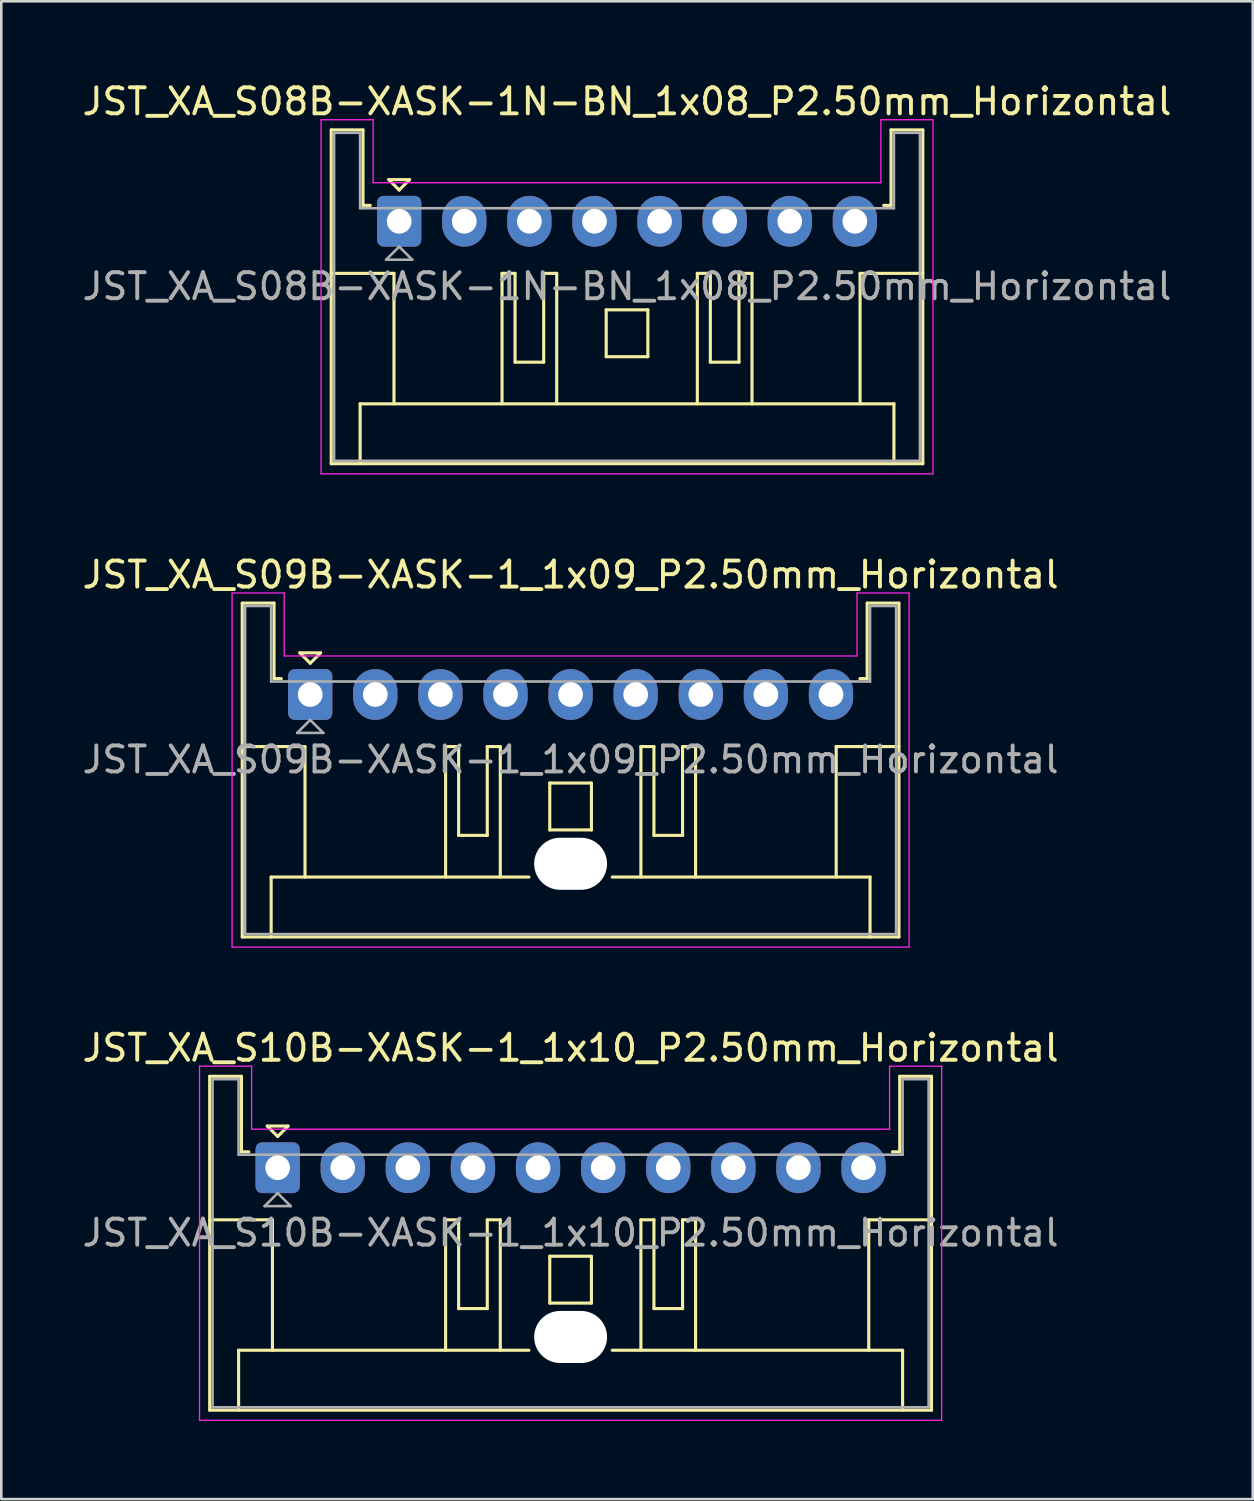
<source format=kicad_pcb>
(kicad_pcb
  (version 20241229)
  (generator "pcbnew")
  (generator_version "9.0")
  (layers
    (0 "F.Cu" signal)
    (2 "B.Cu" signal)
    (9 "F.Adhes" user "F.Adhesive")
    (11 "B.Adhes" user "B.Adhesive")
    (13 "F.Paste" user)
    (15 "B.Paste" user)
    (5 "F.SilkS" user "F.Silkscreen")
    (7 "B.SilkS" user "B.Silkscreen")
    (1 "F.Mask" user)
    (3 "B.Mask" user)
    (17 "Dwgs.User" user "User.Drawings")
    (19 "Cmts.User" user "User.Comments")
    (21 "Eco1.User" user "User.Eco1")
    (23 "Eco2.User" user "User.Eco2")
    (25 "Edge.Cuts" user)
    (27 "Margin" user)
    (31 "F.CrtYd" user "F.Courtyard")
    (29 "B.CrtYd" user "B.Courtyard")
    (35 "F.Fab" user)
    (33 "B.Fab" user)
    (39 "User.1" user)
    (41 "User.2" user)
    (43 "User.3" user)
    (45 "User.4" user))
  (footprint "JST_XA_S08B-XASK-1N-BN_1x08_P2.50mm_Horizontal"
    (layer "F.Cu")
    (at 12.28 5.448)
    (property "Reference" "JST_XA_S08B-XASK-1N-BN_1x08_P2.50mm_Horizontal" (at 8.75 -4.6 0) (layer "F.SilkS") (effects (font (size 1 1) (thickness 0.15))))
    (attr through_hole)
    (fp_line (start -2.61 -3.51) (end -2.61 9.31) (stroke (width 0.12) (type solid)) (layer "F.SilkS"))
    (fp_line (start -2.61 9.31) (end 20.11 9.31) (stroke (width 0.12) (type solid)) (layer "F.SilkS"))
    (fp_line (start -1.5 7.01) (end 19 7.01) (stroke (width 0.12) (type solid)) (layer "F.SilkS"))
    (fp_line (start -1.5 9.31) (end -1.5 7.01) (stroke (width 0.12) (type solid)) (layer "F.SilkS"))
    (fp_line (start -1.39 -3.51) (end -2.61 -3.51) (stroke (width 0.12) (type solid)) (layer "F.SilkS"))
    (fp_line (start -1.39 -0.61) (end -1.39 -3.51) (stroke (width 0.12) (type solid)) (layer "F.SilkS"))
    (fp_line (start -1.11 -0.61) (end -1.39 -0.61) (stroke (width 0.12) (type solid)) (layer "F.SilkS"))
    (fp_line (start -0.4 -1.6) (end 0.4 -1.6) (stroke (width 0.12) (type solid)) (layer "F.SilkS"))
    (fp_line (start -0.2 2) (end -2.61 2) (stroke (width 0.12) (type solid)) (layer "F.SilkS"))
    (fp_line (start -0.2 7.01) (end -0.2 2) (stroke (width 0.12) (type solid)) (layer "F.SilkS"))
    (fp_line (start 0 -1.2) (end -0.4 -1.6) (stroke (width 0.12) (type solid)) (layer "F.SilkS"))
    (fp_line (start 0.4 -1.6) (end 0 -1.2) (stroke (width 0.12) (type solid)) (layer "F.SilkS"))
    (fp_line (start 3.95 2) (end 3.95 7.01) (stroke (width 0.12) (type solid)) (layer "F.SilkS"))
    (fp_line (start 4.45 2) (end 3.95 2) (stroke (width 0.12) (type solid)) (layer "F.SilkS"))
    (fp_line (start 4.45 5.41) (end 4.45 2) (stroke (width 0.12) (type solid)) (layer "F.SilkS"))
    (fp_line (start 5.55 2) (end 5.55 5.41) (stroke (width 0.12) (type solid)) (layer "F.SilkS"))
    (fp_line (start 5.55 5.41) (end 4.45 5.41) (stroke (width 0.12) (type solid)) (layer "F.SilkS"))
    (fp_line (start 6.05 2) (end 5.55 2) (stroke (width 0.12) (type solid)) (layer "F.SilkS"))
    (fp_line (start 6.05 7.01) (end 6.05 2) (stroke (width 0.12) (type solid)) (layer "F.SilkS"))
    (fp_line (start 7.95 3.4) (end 9.55 3.4) (stroke (width 0.12) (type solid)) (layer "F.SilkS"))
    (fp_line (start 7.95 5.2) (end 7.95 3.4) (stroke (width 0.12) (type solid)) (layer "F.SilkS"))
    (fp_line (start 9.55 3.4) (end 9.55 5.2) (stroke (width 0.12) (type solid)) (layer "F.SilkS"))
    (fp_line (start 9.55 5.2) (end 7.95 5.2) (stroke (width 0.12) (type solid)) (layer "F.SilkS"))
    (fp_line (start 11.45 2) (end 11.95 2) (stroke (width 0.12) (type solid)) (layer "F.SilkS"))
    (fp_line (start 11.45 7.01) (end 11.45 2) (stroke (width 0.12) (type solid)) (layer "F.SilkS"))
    (fp_line (start 11.95 2) (end 11.95 5.41) (stroke (width 0.12) (type solid)) (layer "F.SilkS"))
    (fp_line (start 11.95 5.41) (end 13.05 5.41) (stroke (width 0.12) (type solid)) (layer "F.SilkS"))
    (fp_line (start 13.05 2) (end 13.55 2) (stroke (width 0.12) (type solid)) (layer "F.SilkS"))
    (fp_line (start 13.05 5.41) (end 13.05 2) (stroke (width 0.12) (type solid)) (layer "F.SilkS"))
    (fp_line (start 13.55 2) (end 13.55 7.01) (stroke (width 0.12) (type solid)) (layer "F.SilkS"))
    (fp_line (start 17.7 2) (end 20.11 2) (stroke (width 0.12) (type solid)) (layer "F.SilkS"))
    (fp_line (start 17.7 7.01) (end 17.7 2) (stroke (width 0.12) (type solid)) (layer "F.SilkS"))
    (fp_line (start 18.89 -3.51) (end 18.89 -0.61) (stroke (width 0.12) (type solid)) (layer "F.SilkS"))
    (fp_line (start 18.89 -0.61) (end 18.61 -0.61) (stroke (width 0.12) (type solid)) (layer "F.SilkS"))
    (fp_line (start 19 7.01) (end 19 9.31) (stroke (width 0.12) (type solid)) (layer "F.SilkS"))
    (fp_line (start 20.11 -3.51) (end 18.89 -3.51) (stroke (width 0.12) (type solid)) (layer "F.SilkS"))
    (fp_line (start 20.11 9.31) (end 20.11 -3.51) (stroke (width 0.12) (type solid)) (layer "F.SilkS"))
    (fp_line (start -3 -3.9) (end -3 9.7) (stroke (width 0.05) (type solid)) (layer "F.CrtYd"))
    (fp_line (start -3 9.7) (end 20.5 9.7) (stroke (width 0.05) (type solid)) (layer "F.CrtYd"))
    (fp_line (start -1 -3.9) (end -3 -3.9) (stroke (width 0.05) (type solid)) (layer "F.CrtYd"))
    (fp_line (start -1 -1.48) (end -1 -3.9) (stroke (width 0.05) (type solid)) (layer "F.CrtYd"))
    (fp_line (start 18.5 -3.9) (end 18.5 -1.48) (stroke (width 0.05) (type solid)) (layer "F.CrtYd"))
    (fp_line (start 18.5 -1.48) (end -1 -1.48) (stroke (width 0.05) (type solid)) (layer "F.CrtYd"))
    (fp_line (start 20.5 -3.9) (end 18.5 -3.9) (stroke (width 0.05) (type solid)) (layer "F.CrtYd"))
    (fp_line (start 20.5 9.7) (end 20.5 -3.9) (stroke (width 0.05) (type solid)) (layer "F.CrtYd"))
    (fp_line (start -2.5 -3.4) (end -2.5 9.2) (stroke (width 0.1) (type solid)) (layer "F.Fab"))
    (fp_line (start -2.5 9.2) (end 20 9.2) (stroke (width 0.1) (type solid)) (layer "F.Fab"))
    (fp_line (start -1.5 -3.4) (end -2.5 -3.4) (stroke (width 0.1) (type solid)) (layer "F.Fab"))
    (fp_line (start -1.5 -0.5) (end -1.5 -3.4) (stroke (width 0.1) (type solid)) (layer "F.Fab"))
    (fp_line (start -0.5 1.475) (end 0.5 1.475) (stroke (width 0.1) (type solid)) (layer "F.Fab"))
    (fp_line (start 0 0.975) (end -0.5 1.475) (stroke (width 0.1) (type solid)) (layer "F.Fab"))
    (fp_line (start 0.5 1.475) (end 0 0.975) (stroke (width 0.1) (type solid)) (layer "F.Fab"))
    (fp_line (start 19 -3.4) (end 19 -0.5) (stroke (width 0.1) (type solid)) (layer "F.Fab"))
    (fp_line (start 19 -0.5) (end -1.5 -0.5) (stroke (width 0.1) (type solid)) (layer "F.Fab"))
    (fp_line (start 20 -3.4) (end 19 -3.4) (stroke (width 0.1) (type solid)) (layer "F.Fab"))
    (fp_line (start 20 9.2) (end 20 -3.4) (stroke (width 0.1) (type solid)) (layer "F.Fab"))
    (fp_text user "${REFERENCE}" (at 8.75 2.5 0) (layer "F.Fab") (effects (font (size 1 1) (thickness 0.15))))
    (pad "1" thru_hole roundrect (at 0 0) (size 1.7 1.95) (drill 0.95) (layers "*.Cu" "*.Mask") (roundrect_rratio 0.147))
    (pad "2" thru_hole oval (at 2.5 0) (size 1.7 1.95) (drill 0.95) (layers "*.Cu" "*.Mask"))
    (pad "3" thru_hole oval (at 5 0) (size 1.7 1.95) (drill 0.95) (layers "*.Cu" "*.Mask"))
    (pad "4" thru_hole oval (at 7.5 0) (size 1.7 1.95) (drill 0.95) (layers "*.Cu" "*.Mask"))
    (pad "5" thru_hole oval (at 10 0) (size 1.7 1.95) (drill 0.95) (layers "*.Cu" "*.Mask"))
    (pad "6" thru_hole oval (at 12.5 0) (size 1.7 1.95) (drill 0.95) (layers "*.Cu" "*.Mask"))
    (pad "7" thru_hole oval (at 15 0) (size 1.7 1.95) (drill 0.95) (layers "*.Cu" "*.Mask"))
    (pad "8" thru_hole oval (at 17.5 0) (size 1.7 1.95) (drill 0.95) (layers "*.Cu" "*.Mask")))
  (footprint "JST_XA_S09B-XASK-1_1x09_P2.50mm_Horizontal"
    (layer "F.Cu")
    (at 8.863 23.622)
    (property "Reference" "JST_XA_S09B-XASK-1_1x09_P2.50mm_Horizontal" (at 10 -4.6 0) (layer "F.SilkS") (effects (font (size 1 1) (thickness 0.15))))
    (attr through_hole)
    (fp_line (start -2.61 -3.51) (end -2.61 9.31) (stroke (width 0.12) (type solid)) (layer "F.SilkS"))
    (fp_line (start -2.61 9.31) (end 22.61 9.31) (stroke (width 0.12) (type solid)) (layer "F.SilkS"))
    (fp_line (start -1.5 7.01) (end 8.4 7.01) (stroke (width 0.12) (type solid)) (layer "F.SilkS"))
    (fp_line (start -1.5 9.31) (end -1.5 7.01) (stroke (width 0.12) (type solid)) (layer "F.SilkS"))
    (fp_line (start -1.39 -3.51) (end -2.61 -3.51) (stroke (width 0.12) (type solid)) (layer "F.SilkS"))
    (fp_line (start -1.39 -0.61) (end -1.39 -3.51) (stroke (width 0.12) (type solid)) (layer "F.SilkS"))
    (fp_line (start -1.11 -0.61) (end -1.39 -0.61) (stroke (width 0.12) (type solid)) (layer "F.SilkS"))
    (fp_line (start -0.4 -1.6) (end 0.4 -1.6) (stroke (width 0.12) (type solid)) (layer "F.SilkS"))
    (fp_line (start -0.2 2) (end -2.61 2) (stroke (width 0.12) (type solid)) (layer "F.SilkS"))
    (fp_line (start -0.2 7.01) (end -0.2 2) (stroke (width 0.12) (type solid)) (layer "F.SilkS"))
    (fp_line (start 0 -1.2) (end -0.4 -1.6) (stroke (width 0.12) (type solid)) (layer "F.SilkS"))
    (fp_line (start 0.4 -1.6) (end 0 -1.2) (stroke (width 0.12) (type solid)) (layer "F.SilkS"))
    (fp_line (start 5.2 2) (end 5.2 7.01) (stroke (width 0.12) (type solid)) (layer "F.SilkS"))
    (fp_line (start 5.7 2) (end 5.2 2) (stroke (width 0.12) (type solid)) (layer "F.SilkS"))
    (fp_line (start 5.7 5.41) (end 5.7 2) (stroke (width 0.12) (type solid)) (layer "F.SilkS"))
    (fp_line (start 6.8 2) (end 6.8 5.41) (stroke (width 0.12) (type solid)) (layer "F.SilkS"))
    (fp_line (start 6.8 5.41) (end 5.7 5.41) (stroke (width 0.12) (type solid)) (layer "F.SilkS"))
    (fp_line (start 7.3 2) (end 6.8 2) (stroke (width 0.12) (type solid)) (layer "F.SilkS"))
    (fp_line (start 7.3 7.01) (end 7.3 2) (stroke (width 0.12) (type solid)) (layer "F.SilkS"))
    (fp_line (start 9.2 3.4) (end 10.8 3.4) (stroke (width 0.12) (type solid)) (layer "F.SilkS"))
    (fp_line (start 9.2 5.2) (end 9.2 3.4) (stroke (width 0.12) (type solid)) (layer "F.SilkS"))
    (fp_line (start 10.8 3.4) (end 10.8 5.2) (stroke (width 0.12) (type solid)) (layer "F.SilkS"))
    (fp_line (start 10.8 5.2) (end 9.2 5.2) (stroke (width 0.12) (type solid)) (layer "F.SilkS"))
    (fp_line (start 11.6 7.01) (end 21.5 7.01) (stroke (width 0.12) (type solid)) (layer "F.SilkS"))
    (fp_line (start 12.7 2) (end 13.2 2) (stroke (width 0.12) (type solid)) (layer "F.SilkS"))
    (fp_line (start 12.7 7.01) (end 12.7 2) (stroke (width 0.12) (type solid)) (layer "F.SilkS"))
    (fp_line (start 13.2 2) (end 13.2 5.41) (stroke (width 0.12) (type solid)) (layer "F.SilkS"))
    (fp_line (start 13.2 5.41) (end 14.3 5.41) (stroke (width 0.12) (type solid)) (layer "F.SilkS"))
    (fp_line (start 14.3 2) (end 14.8 2) (stroke (width 0.12) (type solid)) (layer "F.SilkS"))
    (fp_line (start 14.3 5.41) (end 14.3 2) (stroke (width 0.12) (type solid)) (layer "F.SilkS"))
    (fp_line (start 14.8 2) (end 14.8 7.01) (stroke (width 0.12) (type solid)) (layer "F.SilkS"))
    (fp_line (start 20.2 2) (end 22.61 2) (stroke (width 0.12) (type solid)) (layer "F.SilkS"))
    (fp_line (start 20.2 7.01) (end 20.2 2) (stroke (width 0.12) (type solid)) (layer "F.SilkS"))
    (fp_line (start 21.39 -3.51) (end 21.39 -0.61) (stroke (width 0.12) (type solid)) (layer "F.SilkS"))
    (fp_line (start 21.39 -0.61) (end 21.11 -0.61) (stroke (width 0.12) (type solid)) (layer "F.SilkS"))
    (fp_line (start 21.5 7.01) (end 21.5 9.31) (stroke (width 0.12) (type solid)) (layer "F.SilkS"))
    (fp_line (start 22.61 -3.51) (end 21.39 -3.51) (stroke (width 0.12) (type solid)) (layer "F.SilkS"))
    (fp_line (start 22.61 9.31) (end 22.61 -3.51) (stroke (width 0.12) (type solid)) (layer "F.SilkS"))
    (fp_line (start -3 -3.9) (end -3 9.7) (stroke (width 0.05) (type solid)) (layer "F.CrtYd"))
    (fp_line (start -3 9.7) (end 23 9.7) (stroke (width 0.05) (type solid)) (layer "F.CrtYd"))
    (fp_line (start -1 -3.9) (end -3 -3.9) (stroke (width 0.05) (type solid)) (layer "F.CrtYd"))
    (fp_line (start -1 -1.48) (end -1 -3.9) (stroke (width 0.05) (type solid)) (layer "F.CrtYd"))
    (fp_line (start 21 -3.9) (end 21 -1.48) (stroke (width 0.05) (type solid)) (layer "F.CrtYd"))
    (fp_line (start 21 -1.48) (end -1 -1.48) (stroke (width 0.05) (type solid)) (layer "F.CrtYd"))
    (fp_line (start 23 -3.9) (end 21 -3.9) (stroke (width 0.05) (type solid)) (layer "F.CrtYd"))
    (fp_line (start 23 9.7) (end 23 -3.9) (stroke (width 0.05) (type solid)) (layer "F.CrtYd"))
    (fp_line (start -2.5 -3.4) (end -2.5 9.2) (stroke (width 0.1) (type solid)) (layer "F.Fab"))
    (fp_line (start -2.5 9.2) (end 22.5 9.2) (stroke (width 0.1) (type solid)) (layer "F.Fab"))
    (fp_line (start -1.5 -3.4) (end -2.5 -3.4) (stroke (width 0.1) (type solid)) (layer "F.Fab"))
    (fp_line (start -1.5 -0.5) (end -1.5 -3.4) (stroke (width 0.1) (type solid)) (layer "F.Fab"))
    (fp_line (start -0.5 1.475) (end 0.5 1.475) (stroke (width 0.1) (type solid)) (layer "F.Fab"))
    (fp_line (start 0 0.975) (end -0.5 1.475) (stroke (width 0.1) (type solid)) (layer "F.Fab"))
    (fp_line (start 0.5 1.475) (end 0 0.975) (stroke (width 0.1) (type solid)) (layer "F.Fab"))
    (fp_line (start 21.5 -3.4) (end 21.5 -0.5) (stroke (width 0.1) (type solid)) (layer "F.Fab"))
    (fp_line (start 21.5 -0.5) (end -1.5 -0.5) (stroke (width 0.1) (type solid)) (layer "F.Fab"))
    (fp_line (start 22.5 -3.4) (end 21.5 -3.4) (stroke (width 0.1) (type solid)) (layer "F.Fab"))
    (fp_line (start 22.5 9.2) (end 22.5 -3.4) (stroke (width 0.1) (type solid)) (layer "F.Fab"))
    (fp_text user "${REFERENCE}" (at 10 2.5 0) (layer "F.Fab") (effects (font (size 1 1) (thickness 0.15))))
    (pad "" np_thru_hole oval (at 10 6.5) (size 2.8 2) (drill oval 2.8 2) (layers "*.Cu" "*.Mask"))
    (pad "1" thru_hole roundrect (at 0 0) (size 1.7 1.95) (drill 0.95) (layers "*.Cu" "*.Mask") (roundrect_rratio 0.147))
    (pad "2" thru_hole oval (at 2.5 0) (size 1.7 1.95) (drill 0.95) (layers "*.Cu" "*.Mask"))
    (pad "3" thru_hole oval (at 5 0) (size 1.7 1.95) (drill 0.95) (layers "*.Cu" "*.Mask"))
    (pad "4" thru_hole oval (at 7.5 0) (size 1.7 1.95) (drill 0.95) (layers "*.Cu" "*.Mask"))
    (pad "5" thru_hole oval (at 10 0) (size 1.7 1.95) (drill 0.95) (layers "*.Cu" "*.Mask"))
    (pad "6" thru_hole oval (at 12.5 0) (size 1.7 1.95) (drill 0.95) (layers "*.Cu" "*.Mask"))
    (pad "7" thru_hole oval (at 15 0) (size 1.7 1.95) (drill 0.95) (layers "*.Cu" "*.Mask"))
    (pad "8" thru_hole oval (at 17.5 0) (size 1.7 1.95) (drill 0.95) (layers "*.Cu" "*.Mask"))
    (pad "9" thru_hole oval (at 20 0) (size 1.7 1.95) (drill 0.95) (layers "*.Cu" "*.Mask")))
  (footprint "JST_XA_S10B-XASK-1_1x10_P2.50mm_Horizontal"
    (layer "F.Cu")
    (at 7.613 41.795)
    (property "Reference" "JST_XA_S10B-XASK-1_1x10_P2.50mm_Horizontal" (at 11.25 -4.6 0) (layer "F.SilkS") (effects (font (size 1 1) (thickness 0.15))))
    (attr through_hole)
    (fp_line (start -2.61 -3.51) (end -2.61 9.31) (stroke (width 0.12) (type solid)) (layer "F.SilkS"))
    (fp_line (start -2.61 9.31) (end 25.11 9.31) (stroke (width 0.12) (type solid)) (layer "F.SilkS"))
    (fp_line (start -1.5 7.01) (end 9.65 7.01) (stroke (width 0.12) (type solid)) (layer "F.SilkS"))
    (fp_line (start -1.5 9.31) (end -1.5 7.01) (stroke (width 0.12) (type solid)) (layer "F.SilkS"))
    (fp_line (start -1.39 -3.51) (end -2.61 -3.51) (stroke (width 0.12) (type solid)) (layer "F.SilkS"))
    (fp_line (start -1.39 -0.61) (end -1.39 -3.51) (stroke (width 0.12) (type solid)) (layer "F.SilkS"))
    (fp_line (start -1.11 -0.61) (end -1.39 -0.61) (stroke (width 0.12) (type solid)) (layer "F.SilkS"))
    (fp_line (start -0.4 -1.6) (end 0.4 -1.6) (stroke (width 0.12) (type solid)) (layer "F.SilkS"))
    (fp_line (start -0.2 2) (end -2.61 2) (stroke (width 0.12) (type solid)) (layer "F.SilkS"))
    (fp_line (start -0.2 7.01) (end -0.2 2) (stroke (width 0.12) (type solid)) (layer "F.SilkS"))
    (fp_line (start 0 -1.2) (end -0.4 -1.6) (stroke (width 0.12) (type solid)) (layer "F.SilkS"))
    (fp_line (start 0.4 -1.6) (end 0 -1.2) (stroke (width 0.12) (type solid)) (layer "F.SilkS"))
    (fp_line (start 6.45 2) (end 6.45 7.01) (stroke (width 0.12) (type solid)) (layer "F.SilkS"))
    (fp_line (start 6.95 2) (end 6.45 2) (stroke (width 0.12) (type solid)) (layer "F.SilkS"))
    (fp_line (start 6.95 5.41) (end 6.95 2) (stroke (width 0.12) (type solid)) (layer "F.SilkS"))
    (fp_line (start 8.05 2) (end 8.05 5.41) (stroke (width 0.12) (type solid)) (layer "F.SilkS"))
    (fp_line (start 8.05 5.41) (end 6.95 5.41) (stroke (width 0.12) (type solid)) (layer "F.SilkS"))
    (fp_line (start 8.55 2) (end 8.05 2) (stroke (width 0.12) (type solid)) (layer "F.SilkS"))
    (fp_line (start 8.55 7.01) (end 8.55 2) (stroke (width 0.12) (type solid)) (layer "F.SilkS"))
    (fp_line (start 10.45 3.4) (end 12.05 3.4) (stroke (width 0.12) (type solid)) (layer "F.SilkS"))
    (fp_line (start 10.45 5.2) (end 10.45 3.4) (stroke (width 0.12) (type solid)) (layer "F.SilkS"))
    (fp_line (start 12.05 3.4) (end 12.05 5.2) (stroke (width 0.12) (type solid)) (layer "F.SilkS"))
    (fp_line (start 12.05 5.2) (end 10.45 5.2) (stroke (width 0.12) (type solid)) (layer "F.SilkS"))
    (fp_line (start 12.85 7.01) (end 24 7.01) (stroke (width 0.12) (type solid)) (layer "F.SilkS"))
    (fp_line (start 13.95 2) (end 14.45 2) (stroke (width 0.12) (type solid)) (layer "F.SilkS"))
    (fp_line (start 13.95 7.01) (end 13.95 2) (stroke (width 0.12) (type solid)) (layer "F.SilkS"))
    (fp_line (start 14.45 2) (end 14.45 5.41) (stroke (width 0.12) (type solid)) (layer "F.SilkS"))
    (fp_line (start 14.45 5.41) (end 15.55 5.41) (stroke (width 0.12) (type solid)) (layer "F.SilkS"))
    (fp_line (start 15.55 2) (end 16.05 2) (stroke (width 0.12) (type solid)) (layer "F.SilkS"))
    (fp_line (start 15.55 5.41) (end 15.55 2) (stroke (width 0.12) (type solid)) (layer "F.SilkS"))
    (fp_line (start 16.05 2) (end 16.05 7.01) (stroke (width 0.12) (type solid)) (layer "F.SilkS"))
    (fp_line (start 22.7 2) (end 25.11 2) (stroke (width 0.12) (type solid)) (layer "F.SilkS"))
    (fp_line (start 22.7 7.01) (end 22.7 2) (stroke (width 0.12) (type solid)) (layer "F.SilkS"))
    (fp_line (start 23.89 -3.51) (end 23.89 -0.61) (stroke (width 0.12) (type solid)) (layer "F.SilkS"))
    (fp_line (start 23.89 -0.61) (end 23.61 -0.61) (stroke (width 0.12) (type solid)) (layer "F.SilkS"))
    (fp_line (start 24 7.01) (end 24 9.31) (stroke (width 0.12) (type solid)) (layer "F.SilkS"))
    (fp_line (start 25.11 -3.51) (end 23.89 -3.51) (stroke (width 0.12) (type solid)) (layer "F.SilkS"))
    (fp_line (start 25.11 9.31) (end 25.11 -3.51) (stroke (width 0.12) (type solid)) (layer "F.SilkS"))
    (fp_line (start -3 -3.9) (end -3 9.7) (stroke (width 0.05) (type solid)) (layer "F.CrtYd"))
    (fp_line (start -3 9.7) (end 25.5 9.7) (stroke (width 0.05) (type solid)) (layer "F.CrtYd"))
    (fp_line (start -1 -3.9) (end -3 -3.9) (stroke (width 0.05) (type solid)) (layer "F.CrtYd"))
    (fp_line (start -1 -1.48) (end -1 -3.9) (stroke (width 0.05) (type solid)) (layer "F.CrtYd"))
    (fp_line (start 23.5 -3.9) (end 23.5 -1.48) (stroke (width 0.05) (type solid)) (layer "F.CrtYd"))
    (fp_line (start 23.5 -1.48) (end -1 -1.48) (stroke (width 0.05) (type solid)) (layer "F.CrtYd"))
    (fp_line (start 25.5 -3.9) (end 23.5 -3.9) (stroke (width 0.05) (type solid)) (layer "F.CrtYd"))
    (fp_line (start 25.5 9.7) (end 25.5 -3.9) (stroke (width 0.05) (type solid)) (layer "F.CrtYd"))
    (fp_line (start -2.5 -3.4) (end -2.5 9.2) (stroke (width 0.1) (type solid)) (layer "F.Fab"))
    (fp_line (start -2.5 9.2) (end 25 9.2) (stroke (width 0.1) (type solid)) (layer "F.Fab"))
    (fp_line (start -1.5 -3.4) (end -2.5 -3.4) (stroke (width 0.1) (type solid)) (layer "F.Fab"))
    (fp_line (start -1.5 -0.5) (end -1.5 -3.4) (stroke (width 0.1) (type solid)) (layer "F.Fab"))
    (fp_line (start -0.5 1.475) (end 0.5 1.475) (stroke (width 0.1) (type solid)) (layer "F.Fab"))
    (fp_line (start 0 0.975) (end -0.5 1.475) (stroke (width 0.1) (type solid)) (layer "F.Fab"))
    (fp_line (start 0.5 1.475) (end 0 0.975) (stroke (width 0.1) (type solid)) (layer "F.Fab"))
    (fp_line (start 24 -3.4) (end 24 -0.5) (stroke (width 0.1) (type solid)) (layer "F.Fab"))
    (fp_line (start 24 -0.5) (end -1.5 -0.5) (stroke (width 0.1) (type solid)) (layer "F.Fab"))
    (fp_line (start 25 -3.4) (end 24 -3.4) (stroke (width 0.1) (type solid)) (layer "F.Fab"))
    (fp_line (start 25 9.2) (end 25 -3.4) (stroke (width 0.1) (type solid)) (layer "F.Fab"))
    (fp_text user "${REFERENCE}" (at 11.25 2.5 0) (layer "F.Fab") (effects (font (size 1 1) (thickness 0.15))))
    (pad "" np_thru_hole oval (at 11.25 6.5) (size 2.8 2) (drill oval 2.8 2) (layers "*.Cu" "*.Mask"))
    (pad "1" thru_hole roundrect (at 0 0) (size 1.7 1.95) (drill 0.95) (layers "*.Cu" "*.Mask") (roundrect_rratio 0.147))
    (pad "2" thru_hole oval (at 2.5 0) (size 1.7 1.95) (drill 0.95) (layers "*.Cu" "*.Mask"))
    (pad "3" thru_hole oval (at 5 0) (size 1.7 1.95) (drill 0.95) (layers "*.Cu" "*.Mask"))
    (pad "4" thru_hole oval (at 7.5 0) (size 1.7 1.95) (drill 0.95) (layers "*.Cu" "*.Mask"))
    (pad "5" thru_hole oval (at 10 0) (size 1.7 1.95) (drill 0.95) (layers "*.Cu" "*.Mask"))
    (pad "6" thru_hole oval (at 12.5 0) (size 1.7 1.95) (drill 0.95) (layers "*.Cu" "*.Mask"))
    (pad "7" thru_hole oval (at 15 0) (size 1.7 1.95) (drill 0.95) (layers "*.Cu" "*.Mask"))
    (pad "8" thru_hole oval (at 17.5 0) (size 1.7 1.95) (drill 0.95) (layers "*.Cu" "*.Mask"))
    (pad "9" thru_hole oval (at 20 0) (size 1.7 1.95) (drill 0.95) (layers "*.Cu" "*.Mask"))
    (pad "10" thru_hole oval (at 22.5 0) (size 1.7 1.95) (drill 0.95) (layers "*.Cu" "*.Mask")))
  (gr_rect
    (start -3 -3)
    (end 45.06 54.52)
    (stroke (width 0.1) (type default))
    (fill no)
    (layer "Edge.Cuts")))
</source>
